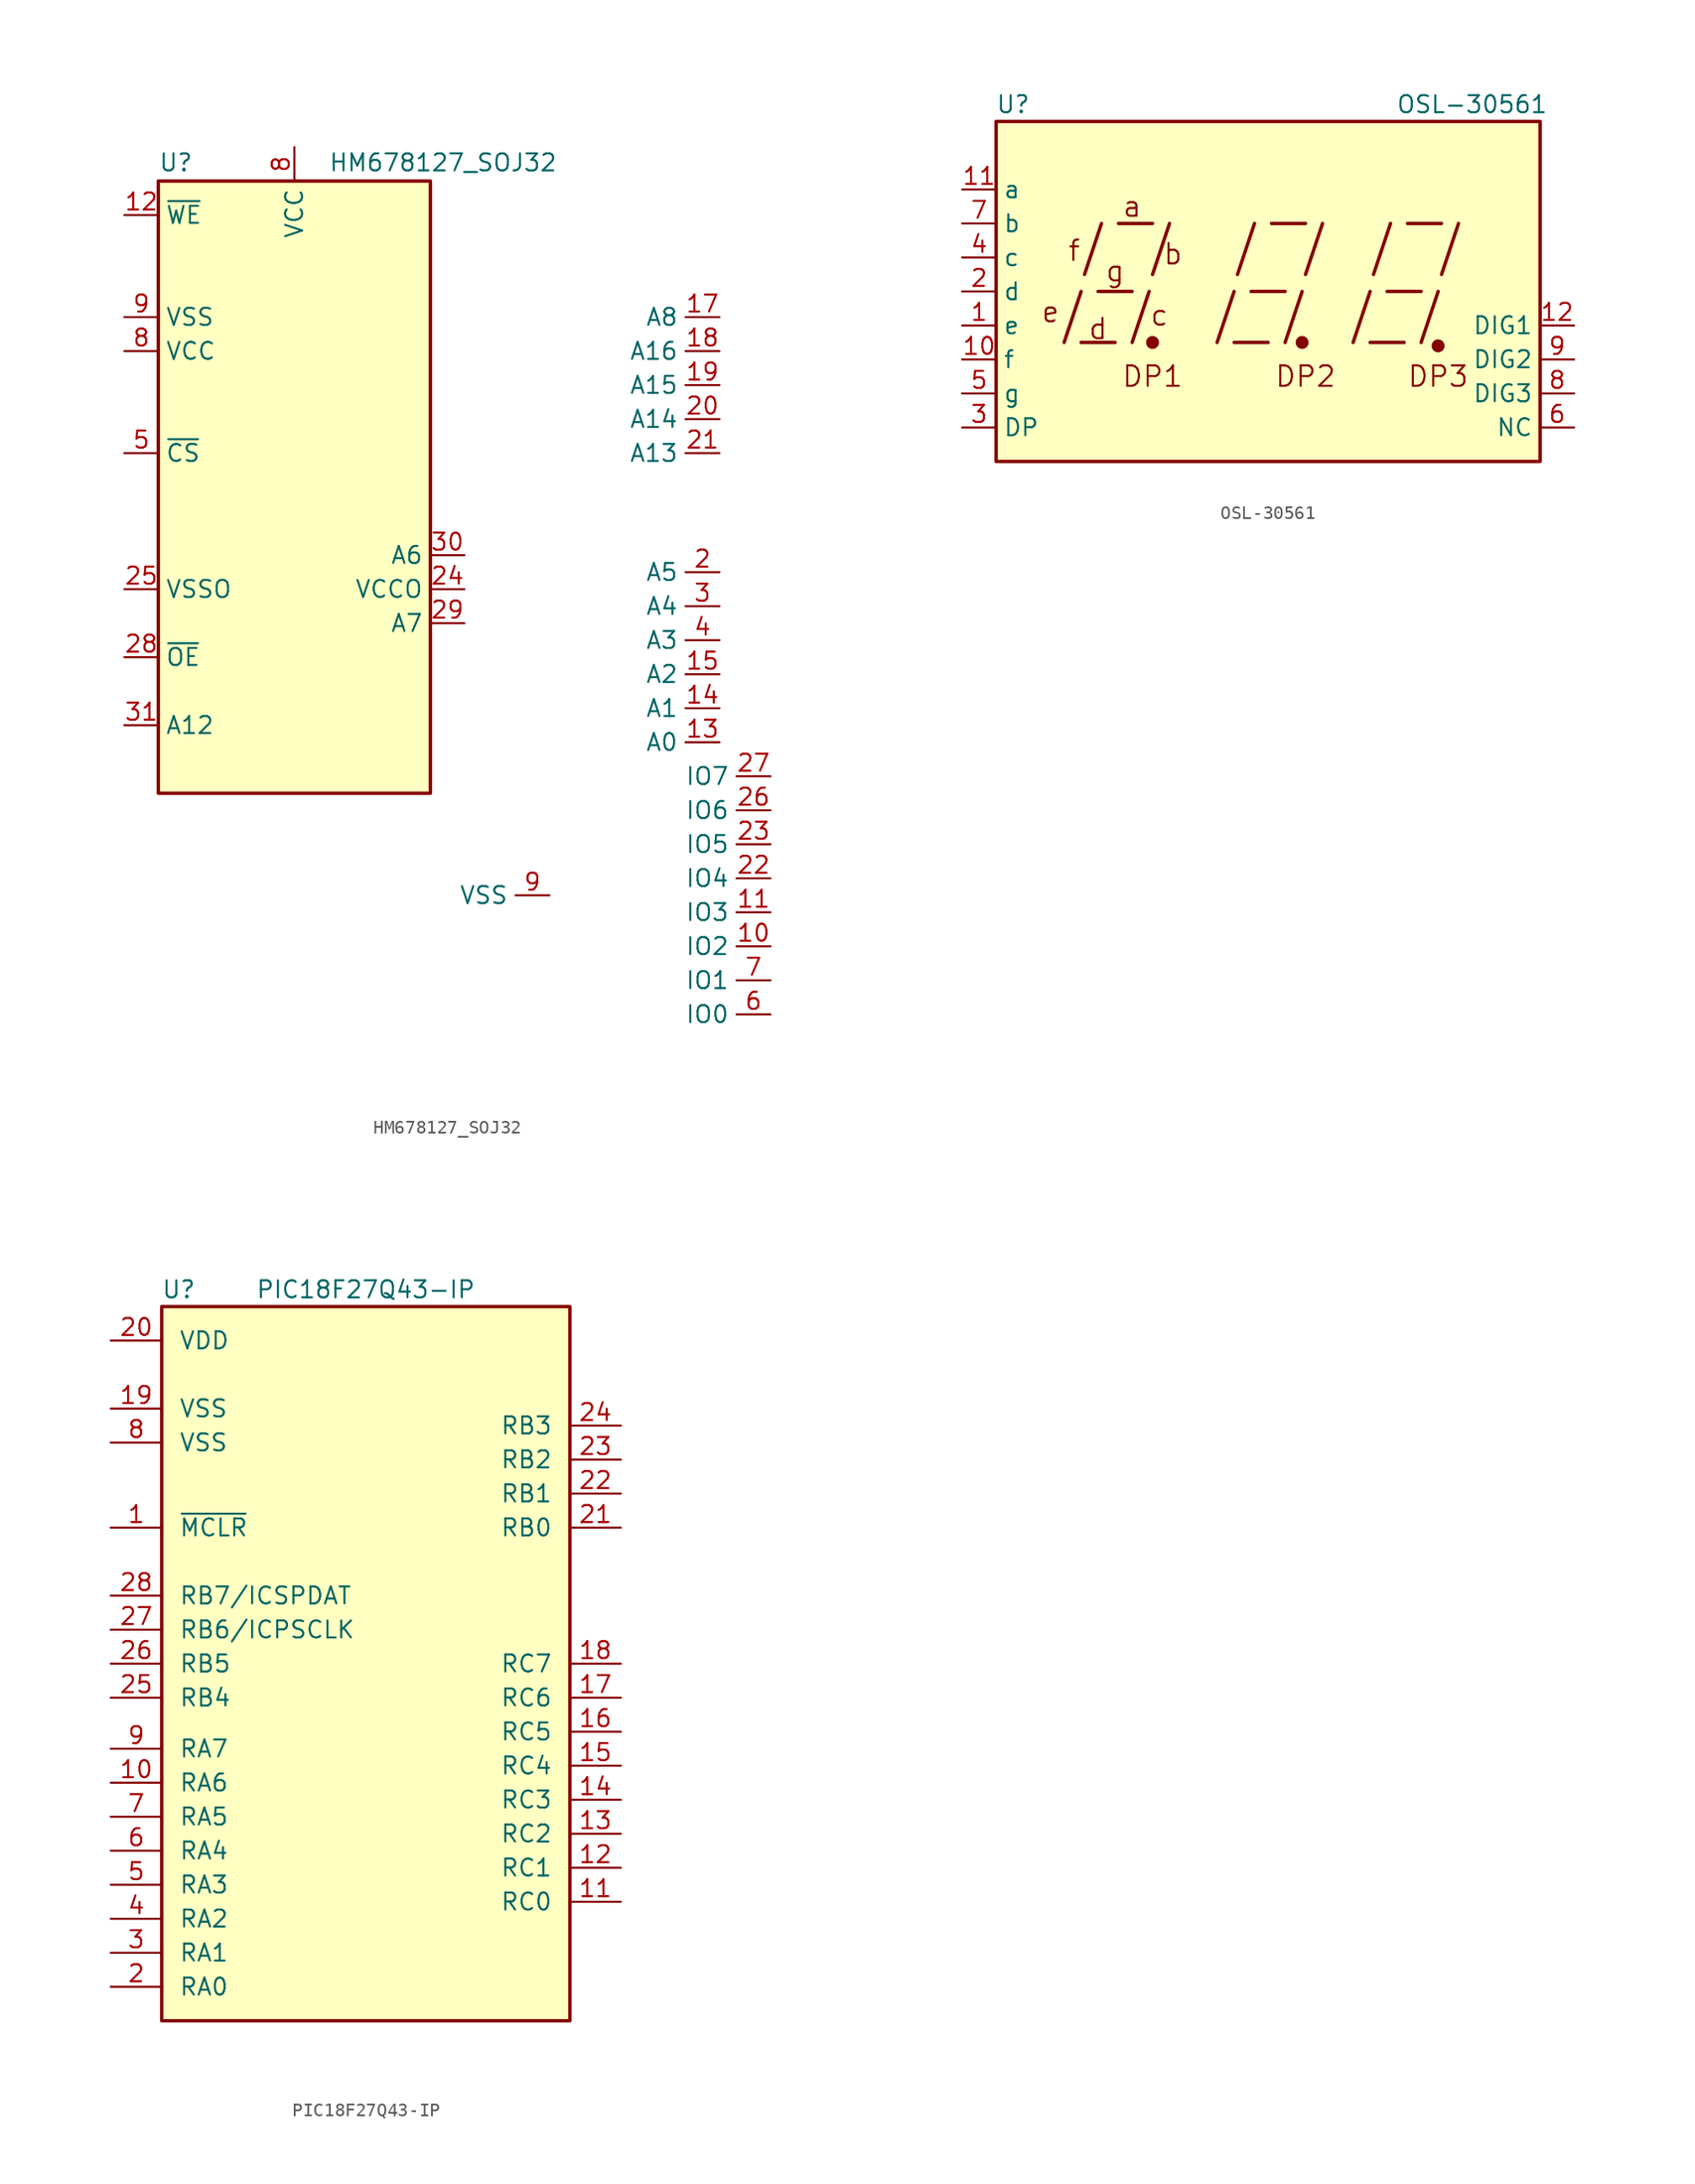
<source format=kicad_sym>
(kicad_symbol_lib
  (version 20220914)
  (generator kicad_symbol_editor)
  (symbol "HM678127_SOJ32"
    (property "Reference" "U"
      (at -10.16 23.495 0)
      (effects (font (size 1.27 1.27)) (justify left bottom)))
    (property "Value" "HM678127_SOJ32"
      (at 2.54 23.495 0)
      (effects (font (size 1.27 1.27)) (justify left bottom)))
    (symbol "HM678127_SOJ32_0_0"
      (pin power_in line (at 0 25.4 270) (length 2.54) (name "VCC" (effects (font (size 1.27 1.27)))) (number "8" (effects (font (size 1.27 1.27)))))
      (pin power_in line (at 19.05 -30.48 180) (length 2.54) (name "VSS" (effects (font (size 1.27 1.27)))) (number "9" (effects (font (size 1.27 1.27))))))
    (symbol "HM678127_SOJ32_0_1"
      (rectangle (start -10.16 22.86) (end 10.16 -22.86) (stroke (width 0.254) (type default)) (fill (type background))))
    (symbol "HM678127_SOJ32_1_1"
      (pin no_connect line (at 10.16 -20.32 180) (length 2.54) hide (name "A10" (effects (font (size 1.27 1.27)))) (number "1" (effects (font (size 1.27 1.27)))))
      (pin input line (at 35.56 -34.29 180) (length 2.54) (name "IO2" (effects (font (size 1.27 1.27)))) (number "10" (effects (font (size 1.27 1.27)))))
      (pin input line (at 35.56 -31.75 180) (length 2.54) (name "IO3" (effects (font (size 1.27 1.27)))) (number "11" (effects (font (size 1.27 1.27)))))
      (pin input line (at -12.7 20.32 0) (length 2.54) (name "~{WE}" (effects (font (size 1.27 1.27)))) (number "12" (effects (font (size 1.27 1.27)))))
      (pin tri_state line (at 31.75 -19.05 180) (length 2.54) (name "A0" (effects (font (size 1.27 1.27)))) (number "13" (effects (font (size 1.27 1.27)))))
      (pin tri_state line (at 31.75 -16.51 180) (length 2.54) (name "A1" (effects (font (size 1.27 1.27)))) (number "14" (effects (font (size 1.27 1.27)))))
      (pin tri_state line (at 31.75 -13.97 180) (length 2.54) (name "A2" (effects (font (size 1.27 1.27)))) (number "15" (effects (font (size 1.27 1.27)))))
      (pin tri_state line (at 31.75 12.7 180) (length 2.54) (name "A8" (effects (font (size 1.27 1.27)))) (number "17" (effects (font (size 1.27 1.27)))))
      (pin tri_state line (at 31.75 10.16 180) (length 2.54) (name "A16" (effects (font (size 1.27 1.27)))) (number "18" (effects (font (size 1.27 1.27)))))
      (pin tri_state line (at 31.75 7.62 180) (length 2.54) (name "A15" (effects (font (size 1.27 1.27)))) (number "19" (effects (font (size 1.27 1.27)))))
      (pin input line (at 31.75 -6.35 180) (length 2.54) (name "A5" (effects (font (size 1.27 1.27)))) (number "2" (effects (font (size 1.27 1.27)))))
      (pin tri_state line (at 31.75 5.08 180) (length 2.54) (name "A14" (effects (font (size 1.27 1.27)))) (number "20" (effects (font (size 1.27 1.27)))))
      (pin tri_state line (at 31.75 2.54 180) (length 2.54) (name "A13" (effects (font (size 1.27 1.27)))) (number "21" (effects (font (size 1.27 1.27)))))
      (pin input line (at 35.56 -29.21 180) (length 2.54) (name "IO4" (effects (font (size 1.27 1.27)))) (number "22" (effects (font (size 1.27 1.27)))))
      (pin input line (at 35.56 -26.67 180) (length 2.54) (name "IO5" (effects (font (size 1.27 1.27)))) (number "23" (effects (font (size 1.27 1.27)))))
      (pin input line (at 12.7 -7.62 180) (length 2.54) (name "VCCO" (effects (font (size 1.27 1.27)))) (number "24" (effects (font (size 1.27 1.27)))))
      (pin input line (at -12.7 -7.62 0) (length 2.54) (name "VSSO" (effects (font (size 1.27 1.27)))) (number "25" (effects (font (size 1.27 1.27)))))
      (pin input line (at 35.56 -24.13 180) (length 2.54) (name "IO6" (effects (font (size 1.27 1.27)))) (number "26" (effects (font (size 1.27 1.27)))))
      (pin input line (at 35.56 -21.59 180) (length 2.54) (name "IO7" (effects (font (size 1.27 1.27)))) (number "27" (effects (font (size 1.27 1.27)))))
      (pin input line (at -12.7 -12.7 0) (length 2.54) (name "~{OE}" (effects (font (size 1.27 1.27)))) (number "28" (effects (font (size 1.27 1.27)))))
      (pin input line (at 12.7 -10.16 180) (length 2.54) (name "A7" (effects (font (size 1.27 1.27)))) (number "29" (effects (font (size 1.27 1.27)))))
      (pin input line (at 31.75 -8.89 180) (length 2.54) (name "A4" (effects (font (size 1.27 1.27)))) (number "3" (effects (font (size 1.27 1.27)))))
      (pin input line (at 12.7 -5.08 180) (length 2.54) (name "A6" (effects (font (size 1.27 1.27)))) (number "30" (effects (font (size 1.27 1.27)))))
      (pin input line (at -12.7 -17.78 0) (length 2.54) (name "A12" (effects (font (size 1.27 1.27)))) (number "31" (effects (font (size 1.27 1.27)))))
      (pin input line (at 31.75 -11.43 180) (length 2.54) (name "A3" (effects (font (size 1.27 1.27)))) (number "4" (effects (font (size 1.27 1.27)))))
      (pin input line (at -12.7 2.54 0) (length 2.54) (name "~{CS}" (effects (font (size 1.27 1.27)))) (number "5" (effects (font (size 1.27 1.27)))))
      (pin input line (at 35.56 -39.37 180) (length 2.54) (name "IO0" (effects (font (size 1.27 1.27)))) (number "6" (effects (font (size 1.27 1.27)))))
      (pin input line (at 35.56 -36.83 180) (length 2.54) (name "IO1" (effects (font (size 1.27 1.27)))) (number "7" (effects (font (size 1.27 1.27)))))
      (pin input line (at -12.7 10.16 0) (length 2.54) (name "VCC" (effects (font (size 1.27 1.27)))) (number "8" (effects (font (size 1.27 1.27)))))
      (pin input line (at -12.7 12.7 0) (length 2.54) (name "VSS" (effects (font (size 1.27 1.27)))) (number "9" (effects (font (size 1.27 1.27)))))))
  (symbol "OSL-30561"
    (property "Reference" "U"
      (at -19.05 13.97 0)
      (effects (font (size 1.27 1.27))))
    (property "Value" "OSL-30561"
      (at 15.24 13.97 0)
      (effects (font (size 1.27 1.27))))
    (symbol "OSL-30561_0_0"
      (rectangle (start -20.32 12.7) (end 20.32 -12.7) (stroke (width 0.254) (type default)) (fill (type background)))
      (polyline (pts (xy -15.24 -3.81) (xy -13.97 0)) (stroke (width 0.254) (type default)) (fill (type none)))
      (polyline (pts (xy -13.97 -3.81) (xy -11.43 -3.81)) (stroke (width 0.254) (type default)) (fill (type none)))
      (polyline (pts (xy -13.716 1.27) (xy -12.446 5.08)) (stroke (width 0.254) (type default)) (fill (type none)))
      (polyline (pts (xy -12.7 0) (xy -10.16 0)) (stroke (width 0.254) (type default)) (fill (type none)))
      (polyline (pts (xy -11.176 5.08) (xy -8.636 5.08)) (stroke (width 0.254) (type default)) (fill (type none)))
      (polyline (pts (xy -10.16 -3.81) (xy -8.89 0)) (stroke (width 0.254) (type default)) (fill (type none)))
      (polyline (pts (xy -8.636 1.27) (xy -7.366 5.08)) (stroke (width 0.254) (type default)) (fill (type none)))
      (polyline (pts (xy -3.81 -3.81) (xy -2.54 0)) (stroke (width 0.254) (type default)) (fill (type none)))
      (polyline (pts (xy -2.54 -3.81) (xy 0 -3.81)) (stroke (width 0.254) (type default)) (fill (type none)))
      (polyline (pts (xy -2.286 1.27) (xy -1.016 5.08)) (stroke (width 0.254) (type default)) (fill (type none)))
      (polyline (pts (xy -1.27 0) (xy 1.27 0)) (stroke (width 0.254) (type default)) (fill (type none)))
      (polyline (pts (xy 0.254 5.08) (xy 2.794 5.08)) (stroke (width 0.254) (type default)) (fill (type none)))
      (polyline (pts (xy 1.27 -3.81) (xy 2.54 0)) (stroke (width 0.254) (type default)) (fill (type none)))
      (polyline (pts (xy 2.794 1.27) (xy 4.064 5.08)) (stroke (width 0.254) (type default)) (fill (type none)))
      (polyline (pts (xy 6.35 -3.81) (xy 7.62 0)) (stroke (width 0.254) (type default)) (fill (type none)))
      (polyline (pts (xy 7.62 -3.81) (xy 10.16 -3.81)) (stroke (width 0.254) (type default)) (fill (type none)))
      (polyline (pts (xy 7.874 1.27) (xy 9.144 5.08)) (stroke (width 0.254) (type default)) (fill (type none)))
      (polyline (pts (xy 8.89 0) (xy 11.43 0)) (stroke (width 0.254) (type default)) (fill (type none)))
      (polyline (pts (xy 10.414 5.08) (xy 12.954 5.08)) (stroke (width 0.254) (type default)) (fill (type none)))
      (polyline (pts (xy 11.43 -3.81) (xy 12.7 0)) (stroke (width 0.254) (type default)) (fill (type none)))
      (polyline (pts (xy 12.954 1.27) (xy 14.224 5.08)) (stroke (width 0.254) (type default)) (fill (type none)))
      (text "a" (at -10.16 6.35 0) (effects (font (size 1.524 1.524))))
      (text "b" (at -7.112 2.794 0) (effects (font (size 1.524 1.524))))
      (text "c" (at -8.128 -1.778 0) (effects (font (size 1.524 1.524))))
      (text "d" (at -12.7 -2.794 0) (effects (font (size 1.524 1.524))))
      (text "DP1" (at -8.636 -6.35 0) (effects (font (size 1.524 1.524))))
      (text "DP2" (at 2.794 -6.35 0) (effects (font (size 1.524 1.524))))
      (text "DP3" (at 12.7 -6.35 0) (effects (font (size 1.524 1.524))))
      (text "e" (at -16.256 -1.524 0) (effects (font (size 1.524 1.524))))
      (text "f" (at -14.478 3.048 0) (effects (font (size 1.524 1.524))))
      (text "g" (at -11.43 1.524 0) (effects (font (size 1.524 1.524)))))
    (symbol "OSL-30561_0_1"
      (circle (center -8.636 -3.81) (radius 0.356) (stroke (width 0.254) (type default)) (fill (type outline)))
      (circle (center 2.54 -3.81) (radius 0.356) (stroke (width 0.254) (type default)) (fill (type outline))))
    (symbol "OSL-30561_1_0"
      (circle (center 12.7 -4.064) (radius 0.356) (stroke (width 0.254) (type default)) (fill (type outline))))
    (symbol "OSL-30561_1_1"
      (pin input line (at -22.86 -2.54 0) (length 2.54) (name "e" (effects (font (size 1.27 1.27)))) (number "1" (effects (font (size 1.27 1.27)))))
      (pin input line (at -22.86 -5.08 0) (length 2.54) (name "f" (effects (font (size 1.27 1.27)))) (number "10" (effects (font (size 1.27 1.27)))))
      (pin input line (at -22.86 7.62 0) (length 2.54) (name "a" (effects (font (size 1.27 1.27)))) (number "11" (effects (font (size 1.27 1.27)))))
      (pin input line (at 22.86 -2.54 180) (length 2.54) (name "DIG1" (effects (font (size 1.27 1.27)))) (number "12" (effects (font (size 1.27 1.27)))))
      (pin input line (at -22.86 0 0) (length 2.54) (name "d" (effects (font (size 1.27 1.27)))) (number "2" (effects (font (size 1.27 1.27)))))
      (pin input line (at -22.86 -10.16 0) (length 2.54) (name "DP" (effects (font (size 1.27 1.27)))) (number "3" (effects (font (size 1.27 1.27)))))
      (pin input line (at -22.86 2.54 0) (length 2.54) (name "c" (effects (font (size 1.27 1.27)))) (number "4" (effects (font (size 1.27 1.27)))))
      (pin input line (at -22.86 -7.62 0) (length 2.54) (name "g" (effects (font (size 1.27 1.27)))) (number "5" (effects (font (size 1.27 1.27)))))
      (pin input line (at 22.86 -10.16 180) (length 2.54) (name "NC" (effects (font (size 1.27 1.27)))) (number "6" (effects (font (size 1.27 1.27)))))
      (pin input line (at -22.86 5.08 0) (length 2.54) (name "b" (effects (font (size 1.27 1.27)))) (number "7" (effects (font (size 1.27 1.27)))))
      (pin input line (at 22.86 -7.62 180) (length 2.54) (name "DIG3" (effects (font (size 1.27 1.27)))) (number "8" (effects (font (size 1.27 1.27)))))
      (pin input line (at 22.86 -5.08 180) (length 2.54) (name "DIG2" (effects (font (size 1.27 1.27)))) (number "9" (effects (font (size 1.27 1.27)))))))
  (symbol "PIC18F27Q43-IP"
    (pin_names
      (offset 1.27))
    (property "Reference" "U"
      (at -13.97 27.94 0)
      (effects (font (size 1.27 1.27))))
    (property "Value" "PIC18F27Q43-IP"
      (at 0 27.94 0)
      (effects (font (size 1.27 1.27))))
    (symbol "PIC18F27Q43-IP_0_1"
      (rectangle (start -15.24 26.67) (end 15.24 -26.67) (stroke (width 0.254) (type default)) (fill (type background))))
    (symbol "PIC18F27Q43-IP_1_1"
      (pin input line (at -19.05 10.16 0) (length 3.81) (name "~{MCLR}" (effects (font (size 1.27 1.27)))) (number "1" (effects (font (size 1.27 1.27)))))
      (pin bidirectional line (at -19.05 -8.89 0) (length 3.81) (name "RA6" (effects (font (size 1.27 1.27)))) (number "10" (effects (font (size 1.27 1.27)))))
      (pin bidirectional line (at 19.05 -17.78 180) (length 3.81) (name "RC0" (effects (font (size 1.27 1.27)))) (number "11" (effects (font (size 1.27 1.27)))))
      (pin bidirectional line (at 19.05 -15.24 180) (length 3.81) (name "RC1" (effects (font (size 1.27 1.27)))) (number "12" (effects (font (size 1.27 1.27)))))
      (pin bidirectional line (at 19.05 -12.7 180) (length 3.81) (name "RC2" (effects (font (size 1.27 1.27)))) (number "13" (effects (font (size 1.27 1.27)))))
      (pin bidirectional line (at 19.05 -10.16 180) (length 3.81) (name "RC3" (effects (font (size 1.27 1.27)))) (number "14" (effects (font (size 1.27 1.27)))))
      (pin bidirectional line (at 19.05 -7.62 180) (length 3.81) (name "RC4" (effects (font (size 1.27 1.27)))) (number "15" (effects (font (size 1.27 1.27)))))
      (pin bidirectional line (at 19.05 -5.08 180) (length 3.81) (name "RC5" (effects (font (size 1.27 1.27)))) (number "16" (effects (font (size 1.27 1.27)))))
      (pin bidirectional line (at 19.05 -2.54 180) (length 3.81) (name "RC6" (effects (font (size 1.27 1.27)))) (number "17" (effects (font (size 1.27 1.27)))))
      (pin bidirectional line (at 19.05 0 180) (length 3.81) (name "RC7" (effects (font (size 1.27 1.27)))) (number "18" (effects (font (size 1.27 1.27)))))
      (pin power_in line (at -19.05 19.05 0) (length 3.81) (name "VSS" (effects (font (size 1.27 1.27)))) (number "19" (effects (font (size 1.27 1.27)))))
      (pin bidirectional line (at -19.05 -24.13 0) (length 3.81) (name "RA0" (effects (font (size 1.27 1.27)))) (number "2" (effects (font (size 1.27 1.27)))))
      (pin power_in line (at -19.05 24.13 0) (length 3.81) (name "VDD" (effects (font (size 1.27 1.27)))) (number "20" (effects (font (size 1.27 1.27)))))
      (pin bidirectional line (at 19.05 10.16 180) (length 3.81) (name "RB0" (effects (font (size 1.27 1.27)))) (number "21" (effects (font (size 1.27 1.27)))))
      (pin bidirectional line (at 19.05 12.7 180) (length 3.81) (name "RB1" (effects (font (size 1.27 1.27)))) (number "22" (effects (font (size 1.27 1.27)))))
      (pin bidirectional line (at 19.05 15.24 180) (length 3.81) (name "RB2" (effects (font (size 1.27 1.27)))) (number "23" (effects (font (size 1.27 1.27)))))
      (pin bidirectional line (at 19.05 17.78 180) (length 3.81) (name "RB3" (effects (font (size 1.27 1.27)))) (number "24" (effects (font (size 1.27 1.27)))))
      (pin bidirectional line (at -19.05 -2.54 0) (length 3.81) (name "RB4" (effects (font (size 1.27 1.27)))) (number "25" (effects (font (size 1.27 1.27)))))
      (pin bidirectional line (at -19.05 0 0) (length 3.81) (name "RB5" (effects (font (size 1.27 1.27)))) (number "26" (effects (font (size 1.27 1.27)))))
      (pin bidirectional line (at -19.05 2.54 0) (length 3.81) (name "RB6/ICPSCLK" (effects (font (size 1.27 1.27)))) (number "27" (effects (font (size 1.27 1.27)))))
      (pin bidirectional line (at -19.05 5.08 0) (length 3.81) (name "RB7/ICSPDAT" (effects (font (size 1.27 1.27)))) (number "28" (effects (font (size 1.27 1.27)))))
      (pin bidirectional line (at -19.05 -21.59 0) (length 3.81) (name "RA1" (effects (font (size 1.27 1.27)))) (number "3" (effects (font (size 1.27 1.27)))))
      (pin bidirectional line (at -19.05 -19.05 0) (length 3.81) (name "RA2" (effects (font (size 1.27 1.27)))) (number "4" (effects (font (size 1.27 1.27)))))
      (pin bidirectional line (at -19.05 -16.51 0) (length 3.81) (name "RA3" (effects (font (size 1.27 1.27)))) (number "5" (effects (font (size 1.27 1.27)))))
      (pin bidirectional line (at -19.05 -13.97 0) (length 3.81) (name "RA4" (effects (font (size 1.27 1.27)))) (number "6" (effects (font (size 1.27 1.27)))))
      (pin bidirectional line (at -19.05 -11.43 0) (length 3.81) (name "RA5" (effects (font (size 1.27 1.27)))) (number "7" (effects (font (size 1.27 1.27)))))
      (pin power_in line (at -19.05 16.51 0) (length 3.81) (name "VSS" (effects (font (size 1.27 1.27)))) (number "8" (effects (font (size 1.27 1.27)))))
      (pin bidirectional line (at -19.05 -6.35 0) (length 3.81) (name "RA7" (effects (font (size 1.27 1.27)))) (number "9" (effects (font (size 1.27 1.27))))))))
</source>
